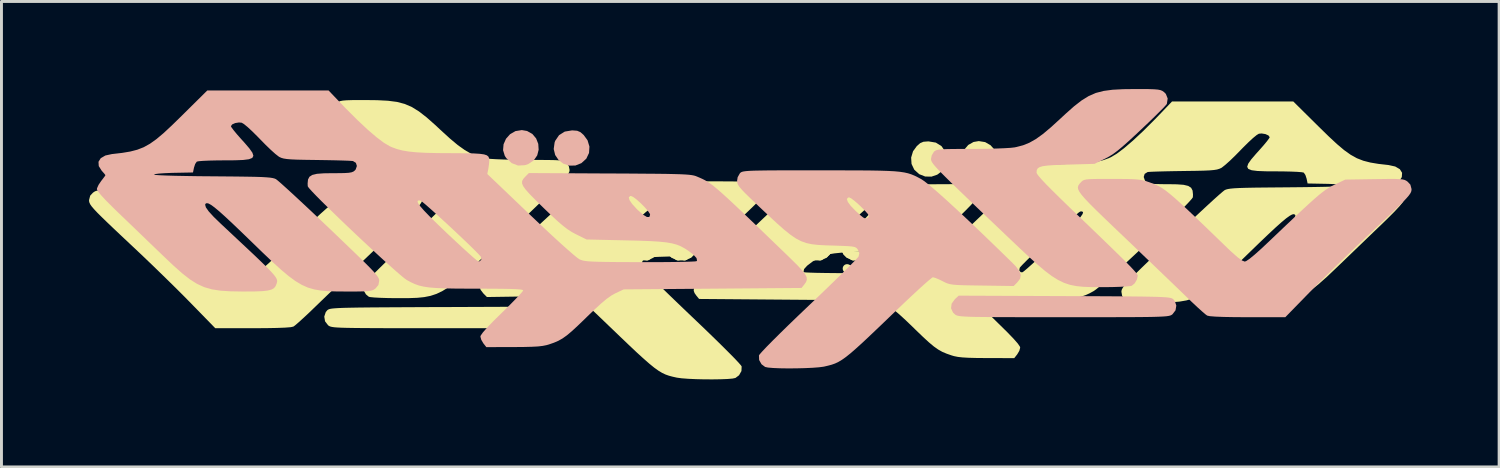
<source format=kicad_pcb>
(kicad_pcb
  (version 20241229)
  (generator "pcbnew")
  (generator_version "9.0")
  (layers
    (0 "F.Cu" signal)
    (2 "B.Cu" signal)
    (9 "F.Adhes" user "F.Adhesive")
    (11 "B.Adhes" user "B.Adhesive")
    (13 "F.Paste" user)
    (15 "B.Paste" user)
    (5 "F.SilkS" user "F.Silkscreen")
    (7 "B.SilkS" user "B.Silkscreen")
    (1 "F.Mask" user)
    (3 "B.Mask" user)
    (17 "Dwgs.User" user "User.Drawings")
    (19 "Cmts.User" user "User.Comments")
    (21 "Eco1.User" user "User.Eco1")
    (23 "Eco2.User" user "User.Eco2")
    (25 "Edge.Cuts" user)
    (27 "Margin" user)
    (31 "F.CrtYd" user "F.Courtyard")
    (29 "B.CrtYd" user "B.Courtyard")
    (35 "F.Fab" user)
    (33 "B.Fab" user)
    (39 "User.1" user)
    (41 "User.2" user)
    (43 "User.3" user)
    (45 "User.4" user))
  (footprint "vireon_logo"
    (layer "F.Cu")
    (at 21.932 5.042)
    (property "Reference" "vireon_logo" (at 0 0 0) (layer "F.SilkS") (effects (font (size 1.5 1.5) (thickness 0.3))))
    (attr board_only exclude_from_pos_files exclude_from_bom)
    (fp_poly (pts (xy 8.765 -3.224) (xy 8.949 -3.118) (xy 9.088 -2.962) (xy 9.172 -2.773) (xy 9.189 -2.57) (xy 9.129 -2.374) (xy 9.081 -2.301) (xy 8.892 -2.126) (xy 8.677 -2.044) (xy 8.443 -2.056) (xy 8.324 -2.097) (xy 8.137 -2.222) (xy 8.02 -2.392) (xy 7.97 -2.587) (xy 7.983 -2.786) (xy 8.056 -2.973) (xy 8.186 -3.126) (xy 8.367 -3.228) (xy 8.546 -3.259)) (stroke (width 0) (type solid)) (fill yes) (layer "F.SilkS"))
    (fp_poly (pts (xy 7.076 -3.207) (xy 7.27 -3.086) (xy 7.402 -2.894) (xy 7.424 -2.836) (xy 7.454 -2.61) (xy 7.404 -2.405) (xy 7.289 -2.233) (xy 7.124 -2.108) (xy 6.926 -2.041) (xy 6.712 -2.045) (xy 6.506 -2.126) (xy 6.337 -2.28) (xy 6.244 -2.476) (xy 6.23 -2.693) (xy 6.295 -2.91) (xy 6.426 -3.09) (xy 6.54 -3.189) (xy 6.652 -3.236) (xy 6.807 -3.248) (xy 6.83 -3.248)) (stroke (width 0) (type solid)) (fill yes) (layer "F.SilkS"))
    (fp_poly (pts (xy -6.287 2.535) (xy -6.177 2.688) (xy -6.157 2.847) (xy -6.226 2.994) (xy -6.283 3.049) (xy -6.309 3.068) (xy -6.339 3.085) (xy -6.38 3.099) (xy -6.439 3.111) (xy -6.522 3.121) (xy -6.637 3.129) (xy -6.79 3.136) (xy -6.988 3.141) (xy -7.238 3.144) (xy -7.547 3.147) (xy -7.921 3.149) (xy -8.367 3.15) (xy -8.892 3.15) (xy -9.504 3.151) (xy -10.013 3.151) (xy -10.692 3.151) (xy -11.28 3.15) (xy -11.784 3.15) (xy -12.211 3.148) (xy -12.567 3.146) (xy -12.86 3.143) (xy -13.095 3.139) (xy -13.281 3.134) (xy -13.423 3.127) (xy -13.529 3.119) (xy -13.606 3.108) (xy -13.659 3.096) (xy -13.696 3.081) (xy -13.725 3.064) (xy -13.744 3.049) (xy -13.847 2.915) (xy -13.874 2.753) (xy -13.823 2.599) (xy -13.77 2.535) (xy -13.747 2.518) (xy -13.717 2.503) (xy -13.671 2.489) (xy -13.604 2.478) (xy -13.509 2.469) (xy -13.379 2.461) (xy -13.208 2.454) (xy -12.987 2.449) (xy -12.712 2.444) (xy -12.375 2.44) (xy -11.969 2.437) (xy -11.488 2.434) (xy -10.925 2.431) (xy -10.273 2.428) (xy -10.043 2.428) (xy -6.419 2.413)) (stroke (width 0) (type solid)) (fill yes) (layer "F.SilkS"))
    (fp_poly (pts (xy -11.342 -1.586) (xy -11.097 -1.585) (xy -10.922 -1.579) (xy -10.801 -1.569) (xy -10.722 -1.553) (xy -10.669 -1.529) (xy -10.628 -1.495) (xy -10.608 -1.474) (xy -10.555 -1.416) (xy -10.518 -1.36) (xy -10.502 -1.302) (xy -10.511 -1.233) (xy -10.552 -1.149) (xy -10.628 -1.041) (xy -10.746 -0.904) (xy -10.911 -0.731) (xy -11.127 -0.516) (xy -11.4 -0.251) (xy -11.734 0.07) (xy -12.028 0.35) (xy -12.38 0.686) (xy -12.736 1.026) (xy -13.083 1.358) (xy -13.409 1.671) (xy -13.703 1.954) (xy -13.954 2.195) (xy -14.148 2.383) (xy -14.19 2.423) (xy -14.4 2.626) (xy -14.594 2.806) (xy -14.756 2.953) (xy -14.875 3.055) (xy -14.932 3.096) (xy -15.023 3.116) (xy -15.212 3.131) (xy -15.497 3.142) (xy -15.877 3.149) (xy -16.323 3.151) (xy -17.608 3.151) (xy -18.439 2.299) (xy -18.708 2.026) (xy -19.029 1.707) (xy -19.38 1.363) (xy -19.741 1.012) (xy -20.091 0.677) (xy -20.344 0.438) (xy -20.723 0.082) (xy -21.036 -0.213) (xy -21.29 -0.455) (xy -21.49 -0.649) (xy -21.645 -0.803) (xy -21.758 -0.923) (xy -21.837 -1.015) (xy -21.888 -1.087) (xy -21.916 -1.143) (xy -21.929 -1.191) (xy -21.932 -1.238) (xy -21.892 -1.39) (xy -21.799 -1.49) (xy -21.75 -1.525) (xy -21.696 -1.551) (xy -21.622 -1.569) (xy -21.514 -1.58) (xy -21.359 -1.585) (xy -21.141 -1.585) (xy -20.847 -1.581) (xy -20.663 -1.579) (xy -19.661 -1.563) (xy -19.294 -1.388) (xy -19.195 -1.338) (xy -19.098 -1.284) (xy -18.997 -1.219) (xy -18.885 -1.137) (xy -18.754 -1.031) (xy -18.597 -0.896) (xy -18.407 -0.725) (xy -18.177 -0.513) (xy -17.899 -0.253) (xy -17.567 0.062) (xy -17.174 0.437) (xy -17.082 0.525) (xy -16.786 0.803) (xy -16.554 1.011) (xy -16.382 1.152) (xy -16.267 1.229) (xy -16.216 1.246) (xy -16.122 1.207) (xy -15.968 1.093) (xy -15.754 0.904) (xy -15.636 0.792) (xy -15.194 0.364) (xy -14.815 -0.000267) (xy -14.494 -0.308) (xy -14.222 -0.564) (xy -13.995 -0.775) (xy -13.805 -0.944) (xy -13.646 -1.079) (xy -13.511 -1.185) (xy -13.394 -1.266) (xy -13.288 -1.329) (xy -13.187 -1.38) (xy -13.084 -1.422) (xy -12.972 -1.463) (xy -12.949 -1.472) (xy -12.829 -1.511) (xy -12.715 -1.541) (xy -12.59 -1.561) (xy -12.435 -1.574) (xy -12.233 -1.582) (xy -11.966 -1.586) (xy -11.671 -1.586)) (stroke (width 0) (type solid)) (fill yes) (layer "F.SilkS"))
    (fp_poly (pts (xy -12.059 -4.66) (xy -11.692 -4.641) (xy -11.384 -4.601) (xy -11.117 -4.531) (xy -10.872 -4.425) (xy -10.629 -4.274) (xy -10.37 -4.073) (xy -10.076 -3.813) (xy -9.896 -3.645) (xy -9.575 -3.352) (xy -9.303 -3.124) (xy -9.064 -2.953) (xy -8.843 -2.827) (xy -8.626 -2.739) (xy -8.397 -2.679) (xy -8.332 -2.666) (xy -8.2 -2.651) (xy -7.988 -2.638) (xy -7.715 -2.627) (xy -7.398 -2.619) (xy -7.055 -2.614) (xy -6.854 -2.613) (xy -6.482 -2.613) (xy -6.195 -2.611) (xy -5.981 -2.607) (xy -5.827 -2.599) (xy -5.722 -2.587) (xy -5.652 -2.57) (xy -5.605 -2.547) (xy -5.57 -2.517) (xy -5.568 -2.516) (xy -5.495 -2.394) (xy -5.471 -2.274) (xy -5.473 -2.24) (xy -5.482 -2.204) (xy -5.504 -2.16) (xy -5.542 -2.104) (xy -5.602 -2.03) (xy -5.689 -1.934) (xy -5.806 -1.812) (xy -5.96 -1.657) (xy -6.154 -1.466) (xy -6.394 -1.233) (xy -6.684 -0.953) (xy -7.029 -0.622) (xy -7.434 -0.236) (xy -7.904 0.212) (xy -8.057 0.359) (xy -8.468 0.749) (xy -8.819 1.078) (xy -9.12 1.349) (xy -9.381 1.57) (xy -9.613 1.744) (xy -9.825 1.877) (xy -10.029 1.975) (xy -10.234 2.043) (xy -10.451 2.086) (xy -10.69 2.11) (xy -10.961 2.12) (xy -11.275 2.122) (xy -11.42 2.122) (xy -11.7 2.118) (xy -11.953 2.11) (xy -12.159 2.099) (xy -12.299 2.085) (xy -12.347 2.074) (xy -12.446 1.992) (xy -12.524 1.859) (xy -12.553 1.73) (xy -12.541 1.696) (xy -12.502 1.639) (xy -12.431 1.555) (xy -12.323 1.438) (xy -12.173 1.284) (xy -11.976 1.088) (xy -11.728 0.845) (xy -11.423 0.549) (xy -11.057 0.196) (xy -10.625 -0.218) (xy -10.612 -0.231) (xy -10.215 -0.613) (xy -9.886 -0.933) (xy -9.619 -1.195) (xy -9.412 -1.405) (xy -9.26 -1.567) (xy -9.157 -1.686) (xy -9.101 -1.765) (xy -9.085 -1.805) (xy -9.093 -1.885) (xy -9.124 -1.945) (xy -9.19 -1.991) (xy -9.302 -2.023) (xy -9.473 -2.045) (xy -9.714 -2.061) (xy -10.038 -2.073) (xy -10.159 -2.077) (xy -11.071 -2.102) (xy -11.438 -2.283) (xy -11.574 -2.355) (xy -11.709 -2.442) (xy -11.858 -2.552) (xy -12.032 -2.695) (xy -12.244 -2.883) (xy -12.506 -3.125) (xy -12.663 -3.273) (xy -12.904 -3.502) (xy -13.122 -3.712) (xy -13.305 -3.894) (xy -13.444 -4.035) (xy -13.529 -4.128) (xy -13.55 -4.157) (xy -13.578 -4.341) (xy -13.515 -4.499) (xy -13.451 -4.564) (xy -13.396 -4.601) (xy -13.331 -4.628) (xy -13.241 -4.646) (xy -13.109 -4.657) (xy -12.918 -4.663) (xy -12.654 -4.665) (xy -12.505 -4.665)) (stroke (width 0) (type solid)) (fill yes) (layer "F.SilkS"))
    (fp_poly (pts (xy -0.61 -1.88) (xy -0.206 -1.879) (xy 0.125 -1.877) (xy 0.39 -1.873) (xy 0.596 -1.869) (xy 0.753 -1.862) (xy 0.868 -1.853) (xy 0.948 -1.842) (xy 1.003 -1.829) (xy 1.039 -1.812) (xy 1.065 -1.793) (xy 1.075 -1.783) (xy 1.153 -1.645) (xy 1.172 -1.519) (xy 1.167 -1.456) (xy 1.144 -1.393) (xy 1.095 -1.316) (xy 1.01 -1.216) (xy 0.881 -1.082) (xy 0.698 -0.904) (xy 0.453 -0.67) (xy 0.452 -0.669) (xy 0.098 -0.335) (xy -0.196 -0.062) (xy -0.443 0.156) (xy -0.655 0.326) (xy -0.843 0.455) (xy -1.02 0.547) (xy -1.198 0.611) (xy -1.387 0.651) (xy -1.601 0.675) (xy -1.85 0.689) (xy -2.115 0.697) (xy -2.406 0.706) (xy -2.615 0.716) (xy -2.757 0.728) (xy -2.849 0.745) (xy -2.905 0.77) (xy -2.942 0.806) (xy -2.965 0.838) (xy -3.015 0.956) (xy -2.991 1.069) (xy -2.946 1.124) (xy -2.837 1.24) (xy -2.672 1.408) (xy -2.457 1.621) (xy -2.2 1.873) (xy -1.908 2.156) (xy -1.588 2.463) (xy -1.273 2.764) (xy -0.917 3.103) (xy -0.589 3.42) (xy -0.296 3.706) (xy -0.045 3.956) (xy 0.16 4.163) (xy 0.31 4.321) (xy 0.4 4.424) (xy 0.424 4.461) (xy 0.417 4.618) (xy 0.335 4.763) (xy 0.212 4.855) (xy 0.114 4.876) (xy -0.061 4.891) (xy -0.295 4.9) (xy -0.566 4.904) (xy -0.855 4.903) (xy -1.142 4.896) (xy -1.407 4.884) (xy -1.631 4.867) (xy -1.793 4.845) (xy -1.807 4.842) (xy -1.945 4.811) (xy -2.068 4.778) (xy -2.184 4.737) (xy -2.3 4.682) (xy -2.425 4.607) (xy -2.565 4.507) (xy -2.728 4.375) (xy -2.922 4.206) (xy -3.154 3.995) (xy -3.431 3.734) (xy -3.761 3.419) (xy -4.152 3.044) (xy -4.282 2.919) (xy -4.565 2.648) (xy -4.828 2.401) (xy -5.063 2.184) (xy -5.26 2.006) (xy -5.41 1.876) (xy -5.506 1.799) (xy -5.535 1.783) (xy -5.616 1.804) (xy -5.749 1.86) (xy -5.867 1.917) (xy -5.953 1.961) (xy -6.032 1.994) (xy -6.118 2.018) (xy -6.227 2.036) (xy -6.372 2.047) (xy -6.57 2.055) (xy -6.834 2.061) (xy -7.179 2.067) (xy -7.214 2.067) (xy -8.302 2.083) (xy -8.425 1.959) (xy -8.522 1.832) (xy -8.547 1.705) (xy -8.496 1.566) (xy -8.366 1.398) (xy -8.267 1.297) (xy -7.716 0.761) (xy -7.208 0.271) (xy -6.746 -0.168) (xy -6.59 -0.315) (xy -3.344 -0.315) (xy -3.33 -0.276) (xy -3.322 -0.269) (xy -3.265 -0.237) (xy -3.213 -0.232) (xy -3.148 -0.264) (xy -3.05 -0.343) (xy -2.902 -0.478) (xy -2.885 -0.494) (xy -2.72 -0.662) (xy -2.62 -0.799) (xy -2.588 -0.897) (xy -2.628 -0.947) (xy -2.667 -0.953) (xy -2.735 -0.92) (xy -2.851 -0.833) (xy -2.995 -0.707) (xy -3.07 -0.635) (xy -3.223 -0.481) (xy -3.311 -0.379) (xy -3.344 -0.315) (xy -6.59 -0.315) (xy -6.334 -0.554) (xy -5.973 -0.885) (xy -5.668 -1.156) (xy -5.422 -1.366) (xy -5.238 -1.511) (xy -5.125 -1.585) (xy -5.009 -1.647) (xy -4.903 -1.699) (xy -4.798 -1.742) (xy -4.686 -1.778) (xy -4.557 -1.808) (xy -4.404 -1.83) (xy -4.216 -1.848) (xy -3.987 -1.861) (xy -3.706 -1.869) (xy -3.366 -1.875) (xy -2.957 -1.878) (xy -2.472 -1.88) (xy -1.9 -1.88) (xy -1.673 -1.88) (xy -1.097 -1.88)) (stroke (width 0) (type solid)) (fill yes) (layer "F.SilkS"))
    (fp_poly (pts (xy 17.244 -4.616) (xy 19.321 -4.616) (xy 20.199 -3.747) (xy 20.534 -3.42) (xy 20.817 -3.157) (xy 21.062 -2.95) (xy 21.285 -2.791) (xy 21.499 -2.672) (xy 21.72 -2.586) (xy 21.961 -2.524) (xy 22.237 -2.478) (xy 22.562 -2.441) (xy 22.581 -2.439) (xy 22.813 -2.388) (xy 22.971 -2.296) (xy 23.048 -2.173) (xy 23.039 -2.026) (xy 22.938 -1.866) (xy 22.933 -1.861) (xy 22.854 -1.771) (xy 22.813 -1.718) (xy 22.811 -1.714) (xy 22.839 -1.67) (xy 22.909 -1.576) (xy 22.958 -1.514) (xy 23.045 -1.384) (xy 23.098 -1.269) (xy 23.104 -1.232) (xy 23.068 -1.16) (xy 22.96 -1.028) (xy 22.786 -0.841) (xy 22.547 -0.602) (xy 22.36 -0.42) (xy 22.078 -0.15) (xy 21.754 0.162) (xy 21.414 0.489) (xy 21.087 0.804) (xy 20.829 1.052) (xy 20.482 1.382) (xy 20.183 1.647) (xy 19.919 1.854) (xy 19.671 2.01) (xy 19.426 2.121) (xy 19.165 2.196) (xy 18.873 2.242) (xy 18.534 2.264) (xy 18.132 2.271) (xy 18.049 2.271) (xy 17.703 2.269) (xy 17.443 2.259) (xy 17.253 2.239) (xy 17.122 2.205) (xy 17.037 2.156) (xy 16.983 2.088) (xy 16.959 2.032) (xy 16.941 1.982) (xy 16.93 1.937) (xy 16.93 1.891) (xy 16.946 1.837) (xy 16.984 1.771) (xy 17.05 1.686) (xy 17.149 1.576) (xy 17.285 1.437) (xy 17.464 1.261) (xy 17.692 1.043) (xy 17.973 0.778) (xy 18.314 0.459) (xy 18.719 0.08) (xy 18.853 -0.045) (xy 19.1 -0.285) (xy 19.271 -0.473) (xy 19.369 -0.611) (xy 19.395 -0.703) (xy 19.379 -0.738) (xy 19.34 -0.756) (xy 19.28 -0.744) (xy 19.194 -0.697) (xy 19.075 -0.611) (xy 18.918 -0.48) (xy 18.715 -0.299) (xy 18.462 -0.063) (xy 18.152 0.233) (xy 17.825 0.55) (xy 17.424 0.938) (xy 17.082 1.262) (xy 16.788 1.53) (xy 16.532 1.745) (xy 16.301 1.914) (xy 16.087 2.042) (xy 15.877 2.136) (xy 15.661 2.199) (xy 15.429 2.239) (xy 15.169 2.261) (xy 14.871 2.27) (xy 14.524 2.271) (xy 14.511 2.271) (xy 14.207 2.27) (xy 13.984 2.267) (xy 13.827 2.259) (xy 13.719 2.244) (xy 13.644 2.221) (xy 13.587 2.189) (xy 13.561 2.17) (xy 13.459 2.048) (xy 13.433 1.904) (xy 13.437 1.862) (xy 13.452 1.815) (xy 13.486 1.757) (xy 13.543 1.682) (xy 13.63 1.583) (xy 13.751 1.455) (xy 13.914 1.29) (xy 14.124 1.084) (xy 14.387 0.83) (xy 14.709 0.521) (xy 15.095 0.151) (xy 15.127 0.121) (xy 15.471 -0.206) (xy 15.798 -0.515) (xy 16.1 -0.797) (xy 16.369 -1.047) (xy 16.599 -1.258) (xy 16.781 -1.421) (xy 16.908 -1.53) (xy 16.971 -1.579) (xy 17.017 -1.599) (xy 17.081 -1.616) (xy 17.171 -1.63) (xy 17.297 -1.642) (xy 17.467 -1.651) (xy 17.692 -1.658) (xy 17.981 -1.664) (xy 18.342 -1.668) (xy 18.786 -1.672) (xy 19.135 -1.675) (xy 19.62 -1.68) (xy 20.051 -1.686) (xy 20.421 -1.693) (xy 20.723 -1.702) (xy 20.951 -1.712) (xy 21.095 -1.723) (xy 21.15 -1.734) (xy 21.15 -1.735) (xy 21.104 -1.752) (xy 20.978 -1.769) (xy 20.789 -1.782) (xy 20.554 -1.792) (xy 20.481 -1.794) (xy 19.811 -1.807) (xy 19.777 -1.972) (xy 19.736 -2.097) (xy 19.682 -2.176) (xy 19.678 -2.179) (xy 19.609 -2.193) (xy 19.46 -2.205) (xy 19.248 -2.214) (xy 18.99 -2.22) (xy 18.754 -2.222) (xy 18.377 -2.224) (xy 18.092 -2.235) (xy 17.895 -2.26) (xy 17.78 -2.306) (xy 17.742 -2.378) (xy 17.777 -2.484) (xy 17.878 -2.629) (xy 18.042 -2.82) (xy 18.159 -2.95) (xy 18.303 -3.113) (xy 18.42 -3.254) (xy 18.493 -3.354) (xy 18.513 -3.392) (xy 18.47 -3.452) (xy 18.366 -3.499) (xy 18.237 -3.52) (xy 18.142 -3.511) (xy 18.067 -3.466) (xy 17.941 -3.363) (xy 17.78 -3.214) (xy 17.598 -3.034) (xy 17.522 -2.956) (xy 17.331 -2.761) (xy 17.149 -2.585) (xy 16.992 -2.445) (xy 16.878 -2.355) (xy 16.852 -2.338) (xy 16.786 -2.309) (xy 16.707 -2.285) (xy 16.6 -2.268) (xy 16.451 -2.255) (xy 16.248 -2.246) (xy 15.977 -2.24) (xy 15.623 -2.235) (xy 15.557 -2.234) (xy 15.23 -2.229) (xy 14.932 -2.223) (xy 14.676 -2.216) (xy 14.48 -2.209) (xy 14.359 -2.202) (xy 14.33 -2.198) (xy 14.23 -2.136) (xy 14.197 -2.029) (xy 14.238 -1.911) (xy 14.267 -1.877) (xy 14.315 -1.838) (xy 14.381 -1.812) (xy 14.483 -1.795) (xy 14.638 -1.787) (xy 14.863 -1.783) (xy 15.015 -1.783) (xy 15.332 -1.778) (xy 15.564 -1.761) (xy 15.723 -1.723) (xy 15.821 -1.66) (xy 15.871 -1.565) (xy 15.885 -1.431) (xy 15.881 -1.334) (xy 15.844 -1.28) (xy 15.744 -1.168) (xy 15.589 -1.006) (xy 15.388 -0.804) (xy 15.149 -0.568) (xy 14.88 -0.307) (xy 14.591 -0.03) (xy 14.29 0.257) (xy 13.986 0.543) (xy 13.687 0.822) (xy 13.402 1.085) (xy 13.139 1.324) (xy 12.907 1.531) (xy 12.716 1.698) (xy 12.572 1.816) (xy 12.488 1.876) (xy 12.348 1.953) (xy 12.213 2.015) (xy 12.073 2.064) (xy 11.916 2.103) (xy 11.728 2.131) (xy 11.499 2.15) (xy 11.217 2.163) (xy 10.87 2.17) (xy 10.446 2.173) (xy 10.076 2.174) (xy 9.617 2.175) (xy 9.248 2.177) (xy 8.961 2.183) (xy 8.751 2.19) (xy 8.608 2.201) (xy 8.527 2.214) (xy 8.499 2.231) (xy 8.499 2.232) (xy 8.533 2.283) (xy 8.627 2.389) (xy 8.771 2.541) (xy 8.955 2.728) (xy 9.168 2.938) (xy 9.233 3.002) (xy 9.522 3.286) (xy 9.738 3.51) (xy 9.882 3.674) (xy 9.955 3.78) (xy 9.966 3.816) (xy 9.936 3.926) (xy 9.864 4.047) (xy 9.863 4.048) (xy 9.762 4.176) (xy 8.825 4.174) (xy 8.472 4.171) (xy 8.2 4.164) (xy 7.992 4.152) (xy 7.832 4.134) (xy 7.702 4.108) (xy 7.62 4.084) (xy 7.447 4.024) (xy 7.296 3.96) (xy 7.154 3.88) (xy 7.006 3.775) (xy 6.836 3.633) (xy 6.631 3.444) (xy 6.375 3.198) (xy 6.32 3.143) (xy 6.043 2.877) (xy 5.82 2.673) (xy 5.639 2.522) (xy 5.489 2.414) (xy 5.356 2.339) (xy 5.342 2.332) (xy 5.056 2.198) (xy 2.011 2.174) (xy -1.034 2.149) (xy -1.128 2.034) (xy -1.189 1.948) (xy -1.218 1.867) (xy -1.21 1.78) (xy -1.158 1.676) (xy -1.055 1.544) (xy -0.895 1.373) (xy -0.673 1.153) (xy -0.55 1.033) (xy -0.064 0.565) (xy 0.358 0.159) (xy 0.72 -0.188) (xy 0.899 -0.359) (xy 4.152 -0.359) (xy 4.179 -0.281) (xy 4.26 -0.281) (xy 4.39 -0.36) (xy 4.567 -0.514) (xy 4.602 -0.548) (xy 4.765 -0.724) (xy 4.859 -0.863) (xy 4.883 -0.957) (xy 4.833 -0.999) (xy 4.808 -1.001) (xy 4.73 -0.967) (xy 4.612 -0.878) (xy 4.475 -0.756) (xy 4.34 -0.62) (xy 4.229 -0.492) (xy 4.162 -0.393) (xy 4.152 -0.359) (xy 0.899 -0.359) (xy 1.029 -0.483) (xy 1.291 -0.731) (xy 1.511 -0.935) (xy 1.695 -1.101) (xy 1.848 -1.235) (xy 1.977 -1.341) (xy 2.086 -1.424) (xy 2.183 -1.489) (xy 2.272 -1.541) (xy 2.359 -1.585) (xy 2.45 -1.626) (xy 2.54 -1.665) (xy 2.592 -1.685) (xy 2.65 -1.702) (xy 2.723 -1.716) (xy 2.82 -1.728) (xy 2.947 -1.738) (xy 3.114 -1.746) (xy 3.328 -1.752) (xy 3.598 -1.758) (xy 3.931 -1.762) (xy 4.336 -1.765) (xy 4.821 -1.769) (xy 5.393 -1.772) (xy 5.532 -1.773) (xy 8.304 -1.787) (xy 8.426 -1.665) (xy 8.496 -1.587) (xy 8.536 -1.514) (xy 8.539 -1.435) (xy 8.501 -1.34) (xy 8.415 -1.219) (xy 8.274 -1.063) (xy 8.075 -0.86) (xy 7.809 -0.6) (xy 7.805 -0.596) (xy 7.533 -0.336) (xy 7.316 -0.135) (xy 7.139 0.018) (xy 6.987 0.134) (xy 6.848 0.225) (xy 6.707 0.302) (xy 6.694 0.308) (xy 6.331 0.488) (xy 4.984 0.518) (xy 4.523 0.53) (xy 4.147 0.544) (xy 3.843 0.563) (xy 3.599 0.588) (xy 3.402 0.621) (xy 3.24 0.666) (xy 3.099 0.723) (xy 2.967 0.794) (xy 2.855 0.867) (xy 2.668 1.009) (xy 2.563 1.125) (xy 2.544 1.21) (xy 2.558 1.231) (xy 2.614 1.24) (xy 2.757 1.247) (xy 2.976 1.254) (xy 3.261 1.259) (xy 3.599 1.263) (xy 3.982 1.265) (xy 4.397 1.265) (xy 4.489 1.265) (xy 4.973 1.263) (xy 5.369 1.261) (xy 5.688 1.257) (xy 5.939 1.252) (xy 6.132 1.245) (xy 6.278 1.236) (xy 6.386 1.223) (xy 6.465 1.207) (xy 6.528 1.187) (xy 6.559 1.174) (xy 9.934 1.174) (xy 9.984 1.233) (xy 10.041 1.236) (xy 10.093 1.2) (xy 10.206 1.105) (xy 10.37 0.959) (xy 10.575 0.773) (xy 10.813 0.553) (xy 11.072 0.31) (xy 11.111 0.273) (xy 11.444 -0.045) (xy 11.706 -0.303) (xy 11.901 -0.506) (xy 12.032 -0.657) (xy 12.104 -0.762) (xy 12.12 -0.825) (xy 12.082 -0.85) (xy 12.022 -0.846) (xy 11.969 -0.81) (xy 11.856 -0.717) (xy 11.695 -0.577) (xy 11.498 -0.401) (xy 11.276 -0.199) (xy 11.04 0.019) (xy 10.802 0.242) (xy 10.572 0.458) (xy 10.362 0.659) (xy 10.184 0.834) (xy 10.048 0.971) (xy 9.966 1.06) (xy 9.95 1.082) (xy 9.934 1.174) (xy 6.559 1.174) (xy 6.57 1.169) (xy 6.649 1.115) (xy 6.79 0.999) (xy 6.985 0.829) (xy 7.227 0.612) (xy 7.509 0.354) (xy 7.822 0.062) (xy 8.159 -0.256) (xy 8.245 -0.339) (xy 9.73 -1.756) (xy 9.695 -1.928) (xy 9.671 -2.082) (xy 9.661 -2.216) (xy 9.661 -2.22) (xy 9.668 -2.294) (xy 9.692 -2.352) (xy 9.746 -2.395) (xy 9.84 -2.426) (xy 9.986 -2.447) (xy 10.192 -2.459) (xy 10.472 -2.465) (xy 10.835 -2.468) (xy 10.963 -2.468) (xy 11.439 -2.471) (xy 11.831 -2.48) (xy 12.152 -2.497) (xy 12.416 -2.523) (xy 12.635 -2.56) (xy 12.823 -2.609) (xy 12.993 -2.671) (xy 13.069 -2.705) (xy 13.271 -2.824) (xy 13.527 -3.017) (xy 13.831 -3.278) (xy 14.179 -3.603) (xy 14.564 -3.987) (xy 14.752 -4.181) (xy 15.167 -4.616)) (stroke (width 0) (type solid)) (fill yes) (layer "F.SilkS"))
    (fp_poly (pts (xy -7.324 -3.601) (xy -7.509 -3.495) (xy -7.648 -3.339) (xy -7.732 -3.149) (xy -7.749 -2.947) (xy -7.689 -2.751) (xy -7.641 -2.678) (xy -7.452 -2.503) (xy -7.237 -2.421) (xy -7.003 -2.433) (xy -6.884 -2.473) (xy -6.696 -2.599) (xy -6.579 -2.769) (xy -6.53 -2.963) (xy -6.543 -3.163) (xy -6.616 -3.35) (xy -6.745 -3.503) (xy -6.927 -3.605) (xy -7.105 -3.636)) (stroke (width 0) (type solid)) (fill yes) (layer "B.SilkS"))
    (fp_poly (pts (xy -5.636 -3.584) (xy -5.83 -3.463) (xy -5.962 -3.27) (xy -5.983 -3.213) (xy -6.014 -2.987) (xy -5.964 -2.782) (xy -5.848 -2.61) (xy -5.684 -2.484) (xy -5.486 -2.418) (xy -5.271 -2.422) (xy -5.066 -2.503) (xy -4.897 -2.657) (xy -4.804 -2.853) (xy -4.79 -3.07) (xy -4.855 -3.286) (xy -4.986 -3.466) (xy -5.1 -3.566) (xy -5.211 -3.613) (xy -5.367 -3.625) (xy -5.39 -3.625)) (stroke (width 0) (type solid)) (fill yes) (layer "B.SilkS"))
    (fp_poly (pts (xy 7.727 2.158) (xy 7.617 2.311) (xy 7.597 2.47) (xy 7.666 2.617) (xy 7.724 2.672) (xy 7.749 2.692) (xy 7.779 2.708) (xy 7.82 2.722) (xy 7.879 2.734) (xy 7.963 2.744) (xy 8.077 2.752) (xy 8.23 2.759) (xy 8.429 2.764) (xy 8.678 2.767) (xy 8.987 2.77) (xy 9.361 2.772) (xy 9.807 2.773) (xy 10.333 2.773) (xy 10.944 2.774) (xy 11.454 2.774) (xy 12.133 2.774) (xy 12.721 2.773) (xy 13.225 2.773) (xy 13.651 2.772) (xy 14.007 2.77) (xy 14.3 2.767) (xy 14.536 2.763) (xy 14.721 2.757) (xy 14.864 2.75) (xy 14.97 2.742) (xy 15.046 2.731) (xy 15.099 2.719) (xy 15.137 2.704) (xy 15.165 2.687) (xy 15.184 2.672) (xy 15.287 2.538) (xy 15.314 2.377) (xy 15.264 2.222) (xy 15.21 2.158) (xy 15.187 2.141) (xy 15.157 2.126) (xy 15.111 2.113) (xy 15.045 2.101) (xy 14.95 2.092) (xy 14.82 2.084) (xy 14.648 2.077) (xy 14.428 2.072) (xy 14.152 2.067) (xy 13.815 2.063) (xy 13.41 2.06) (xy 12.928 2.057) (xy 12.365 2.054) (xy 11.713 2.052) (xy 11.483 2.051) (xy 7.859 2.036)) (stroke (width 0) (type solid)) (fill yes) (layer "B.SilkS"))
    (fp_poly (pts (xy 12.782 -1.963) (xy 12.538 -1.961) (xy 12.362 -1.956) (xy 12.241 -1.946) (xy 12.162 -1.93) (xy 12.109 -1.906) (xy 12.068 -1.872) (xy 12.048 -1.851) (xy 11.995 -1.792) (xy 11.958 -1.737) (xy 11.942 -1.678) (xy 11.951 -1.61) (xy 11.992 -1.526) (xy 12.069 -1.418) (xy 12.187 -1.281) (xy 12.351 -1.108) (xy 12.567 -0.893) (xy 12.84 -0.628) (xy 13.175 -0.307) (xy 13.469 -0.027) (xy 13.821 0.309) (xy 14.176 0.649) (xy 14.523 0.981) (xy 14.849 1.294) (xy 15.144 1.577) (xy 15.394 1.818) (xy 15.589 2.006) (xy 15.63 2.047) (xy 15.841 2.249) (xy 16.034 2.43) (xy 16.197 2.577) (xy 16.315 2.678) (xy 16.372 2.719) (xy 16.463 2.739) (xy 16.652 2.754) (xy 16.937 2.765) (xy 17.317 2.772) (xy 17.763 2.774) (xy 19.048 2.774) (xy 19.879 1.922) (xy 20.149 1.649) (xy 20.469 1.33) (xy 20.821 0.986) (xy 21.182 0.636) (xy 21.532 0.3) (xy 21.785 0.061) (xy 22.163 -0.295) (xy 22.476 -0.59) (xy 22.73 -0.832) (xy 22.931 -1.026) (xy 23.085 -1.18) (xy 23.198 -1.3) (xy 23.277 -1.392) (xy 23.328 -1.463) (xy 23.357 -1.52) (xy 23.369 -1.568) (xy 23.372 -1.615) (xy 23.332 -1.767) (xy 23.239 -1.867) (xy 23.19 -1.902) (xy 23.136 -1.928) (xy 23.062 -1.946) (xy 22.954 -1.956) (xy 22.799 -1.962) (xy 22.581 -1.962) (xy 22.288 -1.958) (xy 22.103 -1.956) (xy 21.101 -1.94) (xy 20.734 -1.765) (xy 20.635 -1.715) (xy 20.539 -1.661) (xy 20.438 -1.596) (xy 20.325 -1.513) (xy 20.194 -1.408) (xy 20.037 -1.273) (xy 19.847 -1.102) (xy 19.617 -0.89) (xy 19.34 -0.629) (xy 19.008 -0.315) (xy 18.614 0.06) (xy 18.522 0.148) (xy 18.227 0.426) (xy 17.994 0.634) (xy 17.822 0.775) (xy 17.707 0.852) (xy 17.657 0.869) (xy 17.563 0.831) (xy 17.408 0.716) (xy 17.194 0.527) (xy 17.076 0.415) (xy 16.634 -0.012) (xy 16.256 -0.377) (xy 15.934 -0.685) (xy 15.663 -0.941) (xy 15.435 -1.151) (xy 15.246 -1.321) (xy 15.086 -1.456) (xy 14.952 -1.562) (xy 14.835 -1.643) (xy 14.729 -1.706) (xy 14.627 -1.756) (xy 14.524 -1.799) (xy 14.413 -1.84) (xy 14.39 -1.848) (xy 14.27 -1.888) (xy 14.156 -1.918) (xy 14.03 -1.938) (xy 13.875 -1.951) (xy 13.673 -1.959) (xy 13.407 -1.962) (xy 13.111 -1.963)) (stroke (width 0) (type solid)) (fill yes) (layer "B.SilkS"))
    (fp_poly (pts (xy 13.499 -5.037) (xy 13.132 -5.018) (xy 12.824 -4.977) (xy 12.557 -4.908) (xy 12.312 -4.801) (xy 12.069 -4.651) (xy 11.81 -4.45) (xy 11.516 -4.189) (xy 11.336 -4.022) (xy 11.015 -3.729) (xy 10.743 -3.501) (xy 10.504 -3.329) (xy 10.283 -3.204) (xy 10.066 -3.116) (xy 9.837 -3.056) (xy 9.772 -3.043) (xy 9.64 -3.028) (xy 9.429 -3.015) (xy 9.155 -3.004) (xy 8.838 -2.995) (xy 8.495 -2.991) (xy 8.294 -2.99) (xy 7.922 -2.99) (xy 7.635 -2.988) (xy 7.421 -2.984) (xy 7.268 -2.976) (xy 7.162 -2.964) (xy 7.092 -2.947) (xy 7.046 -2.924) (xy 7.01 -2.894) (xy 7.009 -2.892) (xy 6.936 -2.771) (xy 6.911 -2.651) (xy 6.913 -2.617) (xy 6.923 -2.581) (xy 6.944 -2.537) (xy 6.982 -2.481) (xy 7.042 -2.407) (xy 7.129 -2.311) (xy 7.246 -2.189) (xy 7.4 -2.034) (xy 7.594 -1.842) (xy 7.834 -1.609) (xy 8.124 -1.33) (xy 8.469 -0.999) (xy 8.874 -0.612) (xy 9.344 -0.165) (xy 9.498 -0.018) (xy 9.908 0.372) (xy 10.259 0.701) (xy 10.56 0.973) (xy 10.821 1.193) (xy 11.053 1.367) (xy 11.266 1.5) (xy 11.469 1.598) (xy 11.675 1.666) (xy 11.892 1.709) (xy 12.13 1.733) (xy 12.401 1.743) (xy 12.715 1.745) (xy 12.86 1.745) (xy 13.141 1.741) (xy 13.393 1.733) (xy 13.599 1.722) (xy 13.739 1.708) (xy 13.787 1.697) (xy 13.887 1.616) (xy 13.965 1.483) (xy 13.994 1.353) (xy 13.982 1.319) (xy 13.943 1.262) (xy 13.871 1.178) (xy 13.763 1.061) (xy 13.613 0.907) (xy 13.416 0.711) (xy 13.168 0.468) (xy 12.863 0.172) (xy 12.498 -0.18) (xy 12.066 -0.595) (xy 12.052 -0.608) (xy 11.655 -0.989) (xy 11.326 -1.309) (xy 11.06 -1.572) (xy 10.852 -1.782) (xy 10.7 -1.944) (xy 10.597 -2.063) (xy 10.541 -2.141) (xy 10.526 -2.182) (xy 10.533 -2.262) (xy 10.564 -2.322) (xy 10.63 -2.367) (xy 10.742 -2.4) (xy 10.913 -2.422) (xy 11.155 -2.438) (xy 11.478 -2.45) (xy 11.599 -2.453) (xy 12.512 -2.479) (xy 12.879 -2.66) (xy 13.014 -2.732) (xy 13.15 -2.818) (xy 13.298 -2.928) (xy 13.472 -3.072) (xy 13.684 -3.26) (xy 13.946 -3.502) (xy 14.103 -3.65) (xy 14.345 -3.879) (xy 14.562 -4.089) (xy 14.745 -4.27) (xy 14.885 -4.412) (xy 14.969 -4.505) (xy 14.99 -4.534) (xy 15.018 -4.718) (xy 14.955 -4.876) (xy 14.891 -4.94) (xy 14.836 -4.978) (xy 14.772 -5.005) (xy 14.681 -5.023) (xy 14.549 -5.034) (xy 14.359 -5.04) (xy 14.094 -5.042) (xy 13.945 -5.042)) (stroke (width 0) (type solid)) (fill yes) (layer "B.SilkS"))
    (fp_poly (pts (xy 2.051 -2.257) (xy 1.646 -2.256) (xy 1.316 -2.254) (xy 1.051 -2.25) (xy 0.844 -2.246) (xy 0.687 -2.239) (xy 0.572 -2.23) (xy 0.492 -2.219) (xy 0.438 -2.206) (xy 0.401 -2.189) (xy 0.376 -2.169) (xy 0.366 -2.16) (xy 0.287 -2.021) (xy 0.268 -1.895) (xy 0.274 -1.833) (xy 0.296 -1.769) (xy 0.346 -1.693) (xy 0.43 -1.593) (xy 0.559 -1.459) (xy 0.742 -1.281) (xy 0.988 -1.047) (xy 0.988 -1.046) (xy 1.342 -0.712) (xy 1.636 -0.439) (xy 1.883 -0.221) (xy 2.095 -0.051) (xy 2.284 0.078) (xy 2.461 0.17) (xy 2.638 0.234) (xy 2.827 0.274) (xy 3.041 0.298) (xy 3.29 0.312) (xy 3.556 0.32) (xy 3.846 0.33) (xy 4.055 0.339) (xy 4.197 0.351) (xy 4.289 0.368) (xy 4.346 0.393) (xy 4.383 0.429) (xy 4.405 0.461) (xy 4.455 0.579) (xy 4.432 0.692) (xy 4.387 0.747) (xy 4.278 0.863) (xy 4.112 1.031) (xy 3.897 1.244) (xy 3.64 1.496) (xy 3.348 1.779) (xy 3.028 2.087) (xy 2.713 2.387) (xy 2.357 2.727) (xy 2.029 3.043) (xy 1.737 3.329) (xy 1.485 3.579) (xy 1.281 3.786) (xy 1.131 3.945) (xy 1.041 4.047) (xy 1.017 4.084) (xy 1.023 4.241) (xy 1.105 4.386) (xy 1.228 4.478) (xy 1.326 4.499) (xy 1.502 4.514) (xy 1.735 4.524) (xy 2.006 4.528) (xy 2.295 4.526) (xy 2.582 4.519) (xy 2.848 4.507) (xy 3.071 4.49) (xy 3.233 4.469) (xy 3.248 4.466) (xy 3.385 4.434) (xy 3.508 4.401) (xy 3.624 4.36) (xy 3.74 4.305) (xy 3.865 4.23) (xy 4.005 4.13) (xy 4.169 3.998) (xy 4.362 3.829) (xy 4.594 3.618) (xy 4.871 3.357) (xy 5.202 3.042) (xy 5.592 2.667) (xy 5.722 2.542) (xy 6.006 2.271) (xy 6.269 2.024) (xy 6.503 1.807) (xy 6.7 1.629) (xy 6.85 1.499) (xy 6.946 1.422) (xy 6.976 1.406) (xy 7.056 1.427) (xy 7.19 1.483) (xy 7.307 1.54) (xy 7.394 1.584) (xy 7.472 1.617) (xy 7.559 1.641) (xy 7.667 1.659) (xy 7.813 1.671) (xy 8.01 1.679) (xy 8.274 1.684) (xy 8.62 1.69) (xy 8.654 1.69) (xy 9.742 1.706) (xy 9.865 1.583) (xy 9.963 1.455) (xy 9.987 1.329) (xy 9.936 1.189) (xy 9.806 1.021) (xy 9.707 0.92) (xy 9.157 0.384) (xy 8.649 -0.106) (xy 8.187 -0.545) (xy 8.03 -0.692) (xy 4.784 -0.692) (xy 4.771 -0.653) (xy 4.762 -0.646) (xy 4.705 -0.614) (xy 4.653 -0.609) (xy 4.588 -0.641) (xy 4.49 -0.72) (xy 4.342 -0.855) (xy 4.325 -0.871) (xy 4.161 -1.039) (xy 4.061 -1.176) (xy 4.029 -1.274) (xy 4.069 -1.324) (xy 4.108 -1.329) (xy 4.176 -1.297) (xy 4.291 -1.21) (xy 4.435 -1.084) (xy 4.511 -1.012) (xy 4.663 -0.858) (xy 4.752 -0.756) (xy 4.784 -0.692) (xy 8.03 -0.692) (xy 7.774 -0.931) (xy 7.413 -1.262) (xy 7.109 -1.533) (xy 6.862 -1.743) (xy 6.678 -1.888) (xy 6.565 -1.962) (xy 6.449 -2.024) (xy 6.343 -2.076) (xy 6.238 -2.119) (xy 6.126 -2.155) (xy 5.997 -2.184) (xy 5.844 -2.207) (xy 5.657 -2.225) (xy 5.427 -2.237) (xy 5.147 -2.246) (xy 4.806 -2.252) (xy 4.398 -2.255) (xy 3.912 -2.256) (xy 3.34 -2.257) (xy 3.113 -2.257) (xy 2.537 -2.257)) (stroke (width 0) (type solid)) (fill yes) (layer "B.SilkS"))
    (fp_poly (pts (xy -15.804 -4.993) (xy -17.881 -4.993) (xy -18.759 -4.124) (xy -19.094 -3.797) (xy -19.376 -3.534) (xy -19.622 -3.327) (xy -19.845 -3.168) (xy -20.059 -3.049) (xy -20.28 -2.963) (xy -20.52 -2.901) (xy -20.796 -2.855) (xy -21.122 -2.817) (xy -21.14 -2.816) (xy -21.373 -2.765) (xy -21.531 -2.673) (xy -21.608 -2.55) (xy -21.599 -2.403) (xy -21.498 -2.243) (xy -21.493 -2.238) (xy -21.413 -2.148) (xy -21.372 -2.095) (xy -21.371 -2.091) (xy -21.398 -2.047) (xy -21.469 -1.953) (xy -21.517 -1.891) (xy -21.605 -1.761) (xy -21.657 -1.646) (xy -21.664 -1.608) (xy -21.627 -1.537) (xy -21.52 -1.405) (xy -21.346 -1.218) (xy -21.107 -0.979) (xy -20.92 -0.797) (xy -20.638 -0.527) (xy -20.313 -0.215) (xy -19.974 0.112) (xy -19.647 0.427) (xy -19.389 0.675) (xy -19.041 1.005) (xy -18.743 1.27) (xy -18.478 1.477) (xy -18.231 1.633) (xy -17.985 1.745) (xy -17.724 1.82) (xy -17.433 1.865) (xy -17.094 1.887) (xy -16.692 1.894) (xy -16.608 1.894) (xy -16.263 1.892) (xy -16.002 1.882) (xy -15.813 1.862) (xy -15.682 1.828) (xy -15.596 1.779) (xy -15.543 1.712) (xy -15.518 1.655) (xy -15.501 1.606) (xy -15.489 1.56) (xy -15.489 1.514) (xy -15.506 1.46) (xy -15.544 1.394) (xy -15.61 1.309) (xy -15.708 1.199) (xy -15.844 1.06) (xy -16.024 0.884) (xy -16.251 0.666) (xy -16.533 0.401) (xy -16.874 0.082) (xy -17.278 -0.297) (xy -17.412 -0.422) (xy -17.66 -0.662) (xy -17.831 -0.849) (xy -17.929 -0.988) (xy -17.955 -1.08) (xy -17.939 -1.115) (xy -17.899 -1.133) (xy -17.84 -1.121) (xy -17.753 -1.074) (xy -17.635 -0.988) (xy -17.477 -0.857) (xy -17.275 -0.676) (xy -17.022 -0.44) (xy -16.712 -0.144) (xy -16.384 0.173) (xy -15.984 0.561) (xy -15.642 0.885) (xy -15.348 1.153) (xy -15.091 1.368) (xy -14.861 1.537) (xy -14.646 1.665) (xy -14.437 1.759) (xy -14.221 1.822) (xy -13.989 1.862) (xy -13.729 1.884) (xy -13.431 1.893) (xy -13.084 1.894) (xy -13.071 1.894) (xy -12.767 1.894) (xy -12.544 1.89) (xy -12.386 1.882) (xy -12.278 1.867) (xy -12.204 1.845) (xy -12.147 1.812) (xy -12.121 1.793) (xy -12.019 1.671) (xy -11.992 1.527) (xy -11.996 1.485) (xy -12.012 1.438) (xy -12.046 1.38) (xy -12.103 1.305) (xy -12.189 1.206) (xy -12.311 1.078) (xy -12.474 0.914) (xy -12.684 0.707) (xy -12.947 0.453) (xy -13.269 0.144) (xy -13.655 -0.226) (xy -13.687 -0.256) (xy -14.031 -0.583) (xy -14.358 -0.892) (xy -14.66 -1.174) (xy -14.929 -1.424) (xy -15.159 -1.634) (xy -15.341 -1.798) (xy -15.467 -1.907) (xy -15.53 -1.956) (xy -15.577 -1.976) (xy -15.641 -1.993) (xy -15.731 -2.007) (xy -15.856 -2.018) (xy -16.027 -2.028) (xy -16.252 -2.035) (xy -16.54 -2.04) (xy -16.902 -2.045) (xy -17.345 -2.049) (xy -17.695 -2.052) (xy -18.179 -2.056) (xy -18.61 -2.063) (xy -18.981 -2.07) (xy -19.283 -2.079) (xy -19.51 -2.089) (xy -19.655 -2.099) (xy -19.71 -2.111) (xy -19.71 -2.112) (xy -19.664 -2.129) (xy -19.538 -2.146) (xy -19.349 -2.159) (xy -19.114 -2.169) (xy -19.04 -2.171) (xy -18.371 -2.184) (xy -18.337 -2.349) (xy -18.296 -2.474) (xy -18.242 -2.553) (xy -18.237 -2.556) (xy -18.169 -2.57) (xy -18.02 -2.582) (xy -17.808 -2.591) (xy -17.55 -2.597) (xy -17.314 -2.599) (xy -16.936 -2.601) (xy -16.652 -2.612) (xy -16.455 -2.637) (xy -16.34 -2.682) (xy -16.302 -2.755) (xy -16.336 -2.861) (xy -16.438 -3.006) (xy -16.601 -3.197) (xy -16.718 -3.326) (xy -16.863 -3.49) (xy -16.979 -3.631) (xy -17.053 -3.731) (xy -17.072 -3.769) (xy -17.03 -3.829) (xy -16.926 -3.876) (xy -16.796 -3.897) (xy -16.702 -3.888) (xy -16.626 -3.843) (xy -16.5 -3.74) (xy -16.339 -3.591) (xy -16.158 -3.411) (xy -16.082 -3.333) (xy -15.891 -3.138) (xy -15.709 -2.962) (xy -15.552 -2.821) (xy -15.438 -2.732) (xy -15.412 -2.715) (xy -15.346 -2.685) (xy -15.267 -2.662) (xy -15.159 -2.645) (xy -15.011 -2.632) (xy -14.808 -2.623) (xy -14.537 -2.617) (xy -14.183 -2.612) (xy -14.117 -2.611) (xy -13.79 -2.606) (xy -13.491 -2.6) (xy -13.236 -2.593) (xy -13.04 -2.586) (xy -12.918 -2.578) (xy -12.89 -2.575) (xy -12.79 -2.513) (xy -12.757 -2.406) (xy -12.797 -2.288) (xy -12.826 -2.254) (xy -12.875 -2.215) (xy -12.941 -2.189) (xy -13.043 -2.172) (xy -13.197 -2.163) (xy -13.423 -2.16) (xy -13.575 -2.16) (xy -13.892 -2.155) (xy -14.124 -2.138) (xy -14.283 -2.1) (xy -14.381 -2.037) (xy -14.431 -1.942) (xy -14.444 -1.808) (xy -14.44 -1.711) (xy -14.404 -1.657) (xy -14.304 -1.545) (xy -14.149 -1.383) (xy -13.948 -1.18) (xy -13.708 -0.945) (xy -13.44 -0.684) (xy -13.151 -0.406) (xy -12.85 -0.12) (xy -12.546 0.166) (xy -12.246 0.445) (xy -11.961 0.708) (xy -11.699 0.947) (xy -11.467 1.154) (xy -11.275 1.321) (xy -11.132 1.439) (xy -11.048 1.499) (xy -10.907 1.576) (xy -10.773 1.638) (xy -10.633 1.688) (xy -10.475 1.726) (xy -10.288 1.754) (xy -10.059 1.773) (xy -9.777 1.786) (xy -9.43 1.793) (xy -9.005 1.796) (xy -8.636 1.797) (xy -8.177 1.798) (xy -7.807 1.801) (xy -7.521 1.806) (xy -7.311 1.813) (xy -7.168 1.824) (xy -7.087 1.837) (xy -7.059 1.854) (xy -7.059 1.855) (xy -7.093 1.906) (xy -7.187 2.012) (xy -7.331 2.164) (xy -7.514 2.351) (xy -7.727 2.561) (xy -7.793 2.625) (xy -8.082 2.909) (xy -8.298 3.133) (xy -8.441 3.297) (xy -8.515 3.403) (xy -8.526 3.439) (xy -8.495 3.549) (xy -8.424 3.67) (xy -8.423 3.671) (xy -8.322 3.799) (xy -7.385 3.797) (xy -7.032 3.794) (xy -6.76 3.787) (xy -6.552 3.776) (xy -6.391 3.757) (xy -6.261 3.731) (xy -6.18 3.708) (xy -6.007 3.648) (xy -5.856 3.583) (xy -5.714 3.503) (xy -5.566 3.398) (xy -5.396 3.256) (xy -5.191 3.067) (xy -4.935 2.821) (xy -4.88 2.766) (xy -4.603 2.5) (xy -4.38 2.296) (xy -4.199 2.145) (xy -4.048 2.037) (xy -3.915 1.962) (xy -3.901 1.955) (xy -3.615 1.821) (xy -0.57 1.797) (xy 2.475 1.772) (xy 2.568 1.657) (xy 2.629 1.571) (xy 2.658 1.49) (xy 2.65 1.403) (xy 2.598 1.299) (xy 2.495 1.167) (xy 2.336 0.997) (xy 2.113 0.776) (xy 1.99 0.656) (xy 1.504 0.188) (xy 1.083 -0.218) (xy 0.72 -0.565) (xy 0.541 -0.736) (xy -2.712 -0.736) (xy -2.739 -0.658) (xy -2.82 -0.658) (xy -2.95 -0.736) (xy -3.127 -0.891) (xy -3.162 -0.925) (xy -3.324 -1.101) (xy -3.419 -1.24) (xy -3.442 -1.334) (xy -3.392 -1.376) (xy -3.367 -1.378) (xy -3.29 -1.344) (xy -3.172 -1.255) (xy -3.035 -1.133) (xy -2.9 -0.997) (xy -2.788 -0.869) (xy -2.722 -0.77) (xy -2.712 -0.736) (xy 0.541 -0.736) (xy 0.411 -0.86) (xy 0.149 -1.108) (xy -0.071 -1.312) (xy -0.254 -1.478) (xy -0.408 -1.612) (xy -0.536 -1.718) (xy -0.646 -1.801) (xy -0.743 -1.865) (xy -0.832 -1.918) (xy -0.919 -1.962) (xy -1.01 -2.003) (xy -1.1 -2.041) (xy -1.151 -2.062) (xy -1.21 -2.079) (xy -1.283 -2.093) (xy -1.379 -2.105) (xy -1.507 -2.115) (xy -1.674 -2.123) (xy -1.888 -2.129) (xy -2.158 -2.135) (xy -2.491 -2.139) (xy -2.896 -2.142) (xy -3.38 -2.146) (xy -3.953 -2.149) (xy -4.092 -2.149) (xy -6.864 -2.164) (xy -6.986 -2.042) (xy -7.056 -1.964) (xy -7.096 -1.891) (xy -7.099 -1.812) (xy -7.061 -1.717) (xy -6.974 -1.596) (xy -6.834 -1.439) (xy -6.634 -1.236) (xy -6.369 -0.977) (xy -6.364 -0.972) (xy -6.093 -0.712) (xy -5.876 -0.512) (xy -5.698 -0.359) (xy -5.547 -0.243) (xy -5.408 -0.152) (xy -5.267 -0.075) (xy -5.254 -0.069) (xy -4.89 0.112) (xy -3.543 0.142) (xy -3.083 0.153) (xy -2.707 0.167) (xy -2.403 0.186) (xy -2.159 0.211) (xy -1.962 0.245) (xy -1.8 0.289) (xy -1.659 0.346) (xy -1.527 0.418) (xy -1.415 0.49) (xy -1.228 0.632) (xy -1.123 0.748) (xy -1.104 0.833) (xy -1.118 0.854) (xy -1.174 0.863) (xy -1.317 0.87) (xy -1.536 0.877) (xy -1.82 0.882) (xy -2.159 0.886) (xy -2.542 0.888) (xy -2.957 0.888) (xy -3.048 0.888) (xy -3.533 0.886) (xy -3.929 0.884) (xy -4.248 0.88) (xy -4.499 0.875) (xy -4.692 0.868) (xy -4.838 0.859) (xy -4.945 0.846) (xy -5.025 0.83) (xy -5.087 0.81) (xy -5.119 0.797) (xy -8.493 0.797) (xy -8.544 0.856) (xy -8.601 0.859) (xy -8.653 0.823) (xy -8.766 0.728) (xy -8.93 0.582) (xy -9.135 0.396) (xy -9.372 0.176) (xy -9.632 -0.067) (xy -9.671 -0.104) (xy -10.003 -0.422) (xy -10.265 -0.68) (xy -10.46 -0.882) (xy -10.592 -1.034) (xy -10.664 -1.139) (xy -10.679 -1.202) (xy -10.642 -1.227) (xy -10.582 -1.223) (xy -10.528 -1.187) (xy -10.415 -1.094) (xy -10.255 -0.954) (xy -10.058 -0.778) (xy -9.836 -0.575) (xy -9.6 -0.358) (xy -9.361 -0.135) (xy -9.132 0.082) (xy -8.922 0.282) (xy -8.744 0.457) (xy -8.608 0.594) (xy -8.526 0.683) (xy -8.509 0.705) (xy -8.493 0.797) (xy -5.119 0.797) (xy -5.13 0.792) (xy -5.208 0.738) (xy -5.349 0.622) (xy -5.545 0.452) (xy -5.787 0.235) (xy -6.069 -0.023) (xy -6.382 -0.315) (xy -6.719 -0.633) (xy -6.805 -0.715) (xy -8.289 -2.132) (xy -8.255 -2.305) (xy -8.231 -2.459) (xy -8.221 -2.593) (xy -8.221 -2.597) (xy -8.227 -2.671) (xy -8.252 -2.729) (xy -8.306 -2.772) (xy -8.4 -2.803) (xy -8.545 -2.823) (xy -8.752 -2.836) (xy -9.032 -2.842) (xy -9.395 -2.844) (xy -9.523 -2.845) (xy -9.999 -2.848) (xy -10.391 -2.857) (xy -10.712 -2.874) (xy -10.975 -2.9) (xy -11.195 -2.937) (xy -11.383 -2.986) (xy -11.553 -3.048) (xy -11.629 -3.082) (xy -11.831 -3.201) (xy -12.087 -3.394) (xy -12.391 -3.655) (xy -12.738 -3.98) (xy -13.124 -4.364) (xy -13.311 -4.558) (xy -13.726 -4.993)) (stroke (width 0) (type solid)) (fill yes) (layer "B.SilkS")))
  (gr_rect
    (start -3 -3)
    (end 48.304 12.946)
    (stroke (width 0.1) (type default))
    (fill no)
    (layer "Edge.Cuts")))
</source>
